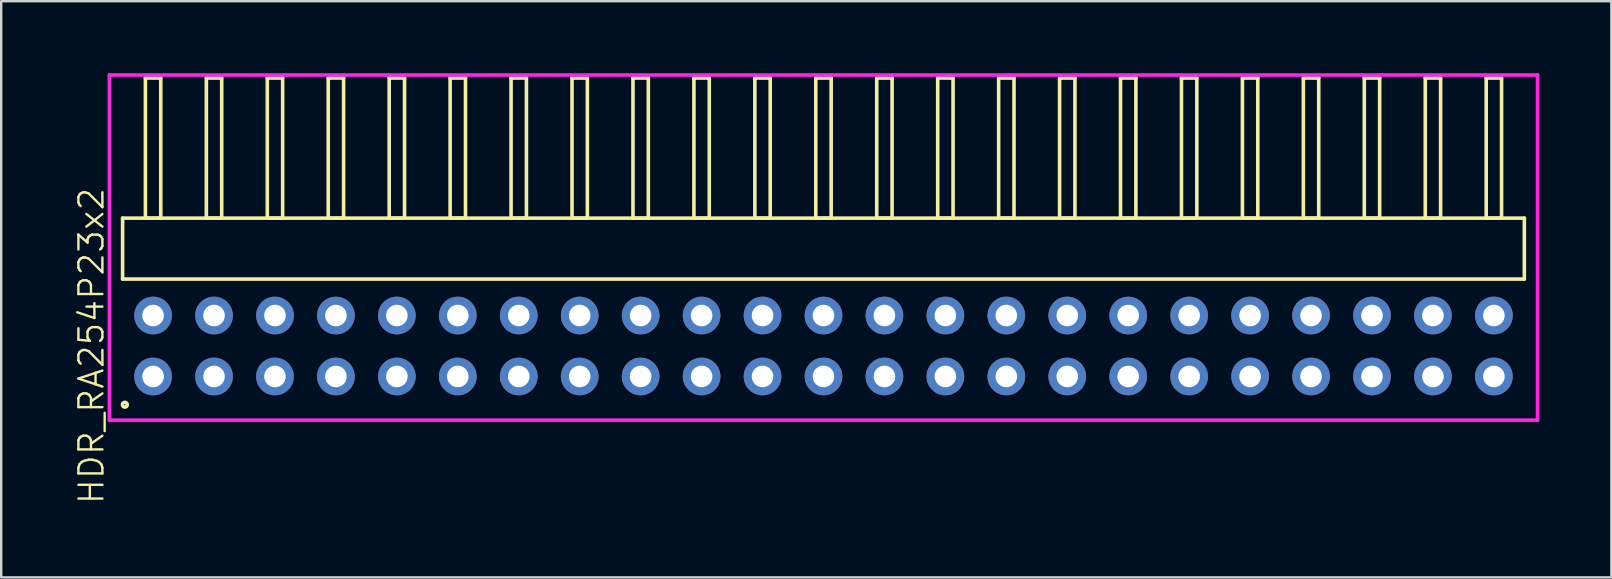
<source format=kicad_pcb>
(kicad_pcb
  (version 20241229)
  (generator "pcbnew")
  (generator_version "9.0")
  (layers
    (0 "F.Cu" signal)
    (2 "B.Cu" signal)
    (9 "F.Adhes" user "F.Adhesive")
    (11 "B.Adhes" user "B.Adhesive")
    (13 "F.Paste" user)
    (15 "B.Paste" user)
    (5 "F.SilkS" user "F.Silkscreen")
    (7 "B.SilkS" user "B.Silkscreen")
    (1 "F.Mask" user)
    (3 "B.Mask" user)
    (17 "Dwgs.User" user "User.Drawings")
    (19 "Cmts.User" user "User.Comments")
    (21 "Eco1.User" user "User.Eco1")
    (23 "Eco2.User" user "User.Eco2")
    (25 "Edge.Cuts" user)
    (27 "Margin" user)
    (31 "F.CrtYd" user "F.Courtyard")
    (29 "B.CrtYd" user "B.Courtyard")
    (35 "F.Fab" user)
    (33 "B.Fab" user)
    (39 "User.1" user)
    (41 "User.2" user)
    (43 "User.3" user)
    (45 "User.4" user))
  (footprint "HDR_RA254P23x2"
    (layer "F.Cu")
    (at 31.27 11.37)
    (property "Reference" "HDR_RA254P23x2" (at -30.51 0 90) (layer "F.SilkS") (effects (font (size 1 1) (thickness 0.1))))
    (attr through_hole)
    (fp_line (start -29.21 -5.33) (end -29.21 -2.79) (stroke (width 0.15) (type solid)) (layer "F.SilkS"))
    (fp_line (start -29.21 -2.79) (end 29.21 -2.79) (stroke (width 0.15) (type solid)) (layer "F.SilkS"))
    (fp_line (start -28.26 -11.17) (end -28.26 -5.33) (stroke (width 0.15) (type solid)) (layer "F.SilkS"))
    (fp_line (start -28.26 -5.33) (end -27.62 -5.33) (stroke (width 0.15) (type solid)) (layer "F.SilkS"))
    (fp_line (start -27.62 -11.17) (end -28.26 -11.17) (stroke (width 0.15) (type solid)) (layer "F.SilkS"))
    (fp_line (start -27.62 -5.33) (end -27.62 -11.17) (stroke (width 0.15) (type solid)) (layer "F.SilkS"))
    (fp_line (start -25.72 -11.17) (end -25.72 -5.33) (stroke (width 0.15) (type solid)) (layer "F.SilkS"))
    (fp_line (start -25.72 -5.33) (end -25.08 -5.33) (stroke (width 0.15) (type solid)) (layer "F.SilkS"))
    (fp_line (start -25.08 -11.17) (end -25.72 -11.17) (stroke (width 0.15) (type solid)) (layer "F.SilkS"))
    (fp_line (start -25.08 -5.33) (end -25.08 -11.17) (stroke (width 0.15) (type solid)) (layer "F.SilkS"))
    (fp_line (start -23.18 -11.17) (end -23.18 -5.33) (stroke (width 0.15) (type solid)) (layer "F.SilkS"))
    (fp_line (start -23.18 -5.33) (end -22.54 -5.33) (stroke (width 0.15) (type solid)) (layer "F.SilkS"))
    (fp_line (start -22.54 -11.17) (end -23.18 -11.17) (stroke (width 0.15) (type solid)) (layer "F.SilkS"))
    (fp_line (start -22.54 -5.33) (end -22.54 -11.17) (stroke (width 0.15) (type solid)) (layer "F.SilkS"))
    (fp_line (start -20.64 -11.17) (end -20.64 -5.33) (stroke (width 0.15) (type solid)) (layer "F.SilkS"))
    (fp_line (start -20.64 -5.33) (end -20 -5.33) (stroke (width 0.15) (type solid)) (layer "F.SilkS"))
    (fp_line (start -20 -11.17) (end -20.64 -11.17) (stroke (width 0.15) (type solid)) (layer "F.SilkS"))
    (fp_line (start -20 -5.33) (end -20 -11.17) (stroke (width 0.15) (type solid)) (layer "F.SilkS"))
    (fp_line (start -18.1 -11.17) (end -18.1 -5.33) (stroke (width 0.15) (type solid)) (layer "F.SilkS"))
    (fp_line (start -18.1 -5.33) (end -17.46 -5.33) (stroke (width 0.15) (type solid)) (layer "F.SilkS"))
    (fp_line (start -17.46 -11.17) (end -18.1 -11.17) (stroke (width 0.15) (type solid)) (layer "F.SilkS"))
    (fp_line (start -17.46 -5.33) (end -17.46 -11.17) (stroke (width 0.15) (type solid)) (layer "F.SilkS"))
    (fp_line (start -15.56 -11.17) (end -15.56 -5.33) (stroke (width 0.15) (type solid)) (layer "F.SilkS"))
    (fp_line (start -15.56 -5.33) (end -14.92 -5.33) (stroke (width 0.15) (type solid)) (layer "F.SilkS"))
    (fp_line (start -14.92 -11.17) (end -15.56 -11.17) (stroke (width 0.15) (type solid)) (layer "F.SilkS"))
    (fp_line (start -14.92 -5.33) (end -14.92 -11.17) (stroke (width 0.15) (type solid)) (layer "F.SilkS"))
    (fp_line (start -13.02 -11.17) (end -13.02 -5.33) (stroke (width 0.15) (type solid)) (layer "F.SilkS"))
    (fp_line (start -13.02 -5.33) (end -12.38 -5.33) (stroke (width 0.15) (type solid)) (layer "F.SilkS"))
    (fp_line (start -12.38 -11.17) (end -13.02 -11.17) (stroke (width 0.15) (type solid)) (layer "F.SilkS"))
    (fp_line (start -12.38 -5.33) (end -12.38 -11.17) (stroke (width 0.15) (type solid)) (layer "F.SilkS"))
    (fp_line (start -10.48 -11.17) (end -10.48 -5.33) (stroke (width 0.15) (type solid)) (layer "F.SilkS"))
    (fp_line (start -10.48 -5.33) (end -9.84 -5.33) (stroke (width 0.15) (type solid)) (layer "F.SilkS"))
    (fp_line (start -9.84 -11.17) (end -10.48 -11.17) (stroke (width 0.15) (type solid)) (layer "F.SilkS"))
    (fp_line (start -9.84 -5.33) (end -9.84 -11.17) (stroke (width 0.15) (type solid)) (layer "F.SilkS"))
    (fp_line (start -7.94 -11.17) (end -7.94 -5.33) (stroke (width 0.15) (type solid)) (layer "F.SilkS"))
    (fp_line (start -7.94 -5.33) (end -7.3 -5.33) (stroke (width 0.15) (type solid)) (layer "F.SilkS"))
    (fp_line (start -7.3 -11.17) (end -7.94 -11.17) (stroke (width 0.15) (type solid)) (layer "F.SilkS"))
    (fp_line (start -7.3 -5.33) (end -7.3 -11.17) (stroke (width 0.15) (type solid)) (layer "F.SilkS"))
    (fp_line (start -5.4 -11.17) (end -5.4 -5.33) (stroke (width 0.15) (type solid)) (layer "F.SilkS"))
    (fp_line (start -5.4 -5.33) (end -4.76 -5.33) (stroke (width 0.15) (type solid)) (layer "F.SilkS"))
    (fp_line (start -4.76 -11.17) (end -5.4 -11.17) (stroke (width 0.15) (type solid)) (layer "F.SilkS"))
    (fp_line (start -4.76 -5.33) (end -4.76 -11.17) (stroke (width 0.15) (type solid)) (layer "F.SilkS"))
    (fp_line (start -2.86 -11.17) (end -2.86 -5.33) (stroke (width 0.15) (type solid)) (layer "F.SilkS"))
    (fp_line (start -2.86 -5.33) (end -2.22 -5.33) (stroke (width 0.15) (type solid)) (layer "F.SilkS"))
    (fp_line (start -2.22 -11.17) (end -2.86 -11.17) (stroke (width 0.15) (type solid)) (layer "F.SilkS"))
    (fp_line (start -2.22 -5.33) (end -2.22 -11.17) (stroke (width 0.15) (type solid)) (layer "F.SilkS"))
    (fp_line (start -0.32 -11.17) (end -0.32 -5.33) (stroke (width 0.15) (type solid)) (layer "F.SilkS"))
    (fp_line (start -0.32 -5.33) (end 0.32 -5.33) (stroke (width 0.15) (type solid)) (layer "F.SilkS"))
    (fp_line (start 0.32 -11.17) (end -0.32 -11.17) (stroke (width 0.15) (type solid)) (layer "F.SilkS"))
    (fp_line (start 0.32 -5.33) (end 0.32 -11.17) (stroke (width 0.15) (type solid)) (layer "F.SilkS"))
    (fp_line (start 2.22 -11.17) (end 2.22 -5.33) (stroke (width 0.15) (type solid)) (layer "F.SilkS"))
    (fp_line (start 2.22 -5.33) (end 2.86 -5.33) (stroke (width 0.15) (type solid)) (layer "F.SilkS"))
    (fp_line (start 2.86 -11.17) (end 2.22 -11.17) (stroke (width 0.15) (type solid)) (layer "F.SilkS"))
    (fp_line (start 2.86 -5.33) (end 2.86 -11.17) (stroke (width 0.15) (type solid)) (layer "F.SilkS"))
    (fp_line (start 4.76 -11.17) (end 4.76 -5.33) (stroke (width 0.15) (type solid)) (layer "F.SilkS"))
    (fp_line (start 4.76 -5.33) (end 5.4 -5.33) (stroke (width 0.15) (type solid)) (layer "F.SilkS"))
    (fp_line (start 5.4 -11.17) (end 4.76 -11.17) (stroke (width 0.15) (type solid)) (layer "F.SilkS"))
    (fp_line (start 5.4 -5.33) (end 5.4 -11.17) (stroke (width 0.15) (type solid)) (layer "F.SilkS"))
    (fp_line (start 7.3 -11.17) (end 7.3 -5.33) (stroke (width 0.15) (type solid)) (layer "F.SilkS"))
    (fp_line (start 7.3 -5.33) (end 7.94 -5.33) (stroke (width 0.15) (type solid)) (layer "F.SilkS"))
    (fp_line (start 7.94 -11.17) (end 7.3 -11.17) (stroke (width 0.15) (type solid)) (layer "F.SilkS"))
    (fp_line (start 7.94 -5.33) (end 7.94 -11.17) (stroke (width 0.15) (type solid)) (layer "F.SilkS"))
    (fp_line (start 9.84 -11.17) (end 9.84 -5.33) (stroke (width 0.15) (type solid)) (layer "F.SilkS"))
    (fp_line (start 9.84 -5.33) (end 10.48 -5.33) (stroke (width 0.15) (type solid)) (layer "F.SilkS"))
    (fp_line (start 10.48 -11.17) (end 9.84 -11.17) (stroke (width 0.15) (type solid)) (layer "F.SilkS"))
    (fp_line (start 10.48 -5.33) (end 10.48 -11.17) (stroke (width 0.15) (type solid)) (layer "F.SilkS"))
    (fp_line (start 12.38 -11.17) (end 12.38 -5.33) (stroke (width 0.15) (type solid)) (layer "F.SilkS"))
    (fp_line (start 12.38 -5.33) (end 13.02 -5.33) (stroke (width 0.15) (type solid)) (layer "F.SilkS"))
    (fp_line (start 13.02 -11.17) (end 12.38 -11.17) (stroke (width 0.15) (type solid)) (layer "F.SilkS"))
    (fp_line (start 13.02 -5.33) (end 13.02 -11.17) (stroke (width 0.15) (type solid)) (layer "F.SilkS"))
    (fp_line (start 14.92 -11.17) (end 14.92 -5.33) (stroke (width 0.15) (type solid)) (layer "F.SilkS"))
    (fp_line (start 14.92 -5.33) (end 15.56 -5.33) (stroke (width 0.15) (type solid)) (layer "F.SilkS"))
    (fp_line (start 15.56 -11.17) (end 14.92 -11.17) (stroke (width 0.15) (type solid)) (layer "F.SilkS"))
    (fp_line (start 15.56 -5.33) (end 15.56 -11.17) (stroke (width 0.15) (type solid)) (layer "F.SilkS"))
    (fp_line (start 17.46 -11.17) (end 17.46 -5.33) (stroke (width 0.15) (type solid)) (layer "F.SilkS"))
    (fp_line (start 17.46 -5.33) (end 18.1 -5.33) (stroke (width 0.15) (type solid)) (layer "F.SilkS"))
    (fp_line (start 18.1 -11.17) (end 17.46 -11.17) (stroke (width 0.15) (type solid)) (layer "F.SilkS"))
    (fp_line (start 18.1 -5.33) (end 18.1 -11.17) (stroke (width 0.15) (type solid)) (layer "F.SilkS"))
    (fp_line (start 20 -11.17) (end 20 -5.33) (stroke (width 0.15) (type solid)) (layer "F.SilkS"))
    (fp_line (start 20 -5.33) (end 20.64 -5.33) (stroke (width 0.15) (type solid)) (layer "F.SilkS"))
    (fp_line (start 20.64 -11.17) (end 20 -11.17) (stroke (width 0.15) (type solid)) (layer "F.SilkS"))
    (fp_line (start 20.64 -5.33) (end 20.64 -11.17) (stroke (width 0.15) (type solid)) (layer "F.SilkS"))
    (fp_line (start 22.54 -11.17) (end 22.54 -5.33) (stroke (width 0.15) (type solid)) (layer "F.SilkS"))
    (fp_line (start 22.54 -5.33) (end 23.18 -5.33) (stroke (width 0.15) (type solid)) (layer "F.SilkS"))
    (fp_line (start 23.18 -11.17) (end 22.54 -11.17) (stroke (width 0.15) (type solid)) (layer "F.SilkS"))
    (fp_line (start 23.18 -5.33) (end 23.18 -11.17) (stroke (width 0.15) (type solid)) (layer "F.SilkS"))
    (fp_line (start 25.08 -11.17) (end 25.08 -5.33) (stroke (width 0.15) (type solid)) (layer "F.SilkS"))
    (fp_line (start 25.08 -5.33) (end 25.72 -5.33) (stroke (width 0.15) (type solid)) (layer "F.SilkS"))
    (fp_line (start 25.72 -11.17) (end 25.08 -11.17) (stroke (width 0.15) (type solid)) (layer "F.SilkS"))
    (fp_line (start 25.72 -5.33) (end 25.72 -11.17) (stroke (width 0.15) (type solid)) (layer "F.SilkS"))
    (fp_line (start 27.62 -11.17) (end 27.62 -5.33) (stroke (width 0.15) (type solid)) (layer "F.SilkS"))
    (fp_line (start 27.62 -5.33) (end 28.26 -5.33) (stroke (width 0.15) (type solid)) (layer "F.SilkS"))
    (fp_line (start 28.26 -11.17) (end 27.62 -11.17) (stroke (width 0.15) (type solid)) (layer "F.SilkS"))
    (fp_line (start 28.26 -5.33) (end 28.26 -11.17) (stroke (width 0.15) (type solid)) (layer "F.SilkS"))
    (fp_line (start 29.21 -5.33) (end -29.21 -5.33) (stroke (width 0.15) (type solid)) (layer "F.SilkS"))
    (fp_line (start 29.21 -2.79) (end 29.21 -5.33) (stroke (width 0.15) (type solid)) (layer "F.SilkS"))
    (fp_circle (center -29.117 2.448) (end -29.017 2.448) (stroke (width 0.15) (type solid)) (fill no) (layer "F.SilkS"))
    (fp_line (start -29.76 -11.295) (end -29.76 3.09) (stroke (width 0.15) (type solid)) (layer "F.CrtYd"))
    (fp_line (start -29.76 3.09) (end 29.76 3.09) (stroke (width 0.15) (type solid)) (layer "F.CrtYd"))
    (fp_line (start 29.76 -11.295) (end -29.76 -11.295) (stroke (width 0.15) (type solid)) (layer "F.CrtYd"))
    (fp_line (start 29.76 3.09) (end 29.76 -11.295) (stroke (width 0.15) (type solid)) (layer "F.CrtYd"))
    (pad "1" thru_hole oval (at -27.94 1.27) (size 1.57 1.57) (drill 0.9) (layers "*.Cu" "*.Mask"))
    (pad "2" thru_hole oval (at -27.94 -1.27) (size 1.57 1.57) (drill 0.9) (layers "*.Cu" "*.Mask"))
    (pad "3" thru_hole oval (at -25.4 1.27) (size 1.57 1.57) (drill 0.9) (layers "*.Cu" "*.Mask"))
    (pad "4" thru_hole oval (at -25.4 -1.27) (size 1.57 1.57) (drill 0.9) (layers "*.Cu" "*.Mask"))
    (pad "5" thru_hole oval (at -22.86 1.27) (size 1.57 1.57) (drill 0.9) (layers "*.Cu" "*.Mask"))
    (pad "6" thru_hole oval (at -22.86 -1.27) (size 1.57 1.57) (drill 0.9) (layers "*.Cu" "*.Mask"))
    (pad "7" thru_hole oval (at -20.32 1.27) (size 1.57 1.57) (drill 0.9) (layers "*.Cu" "*.Mask"))
    (pad "8" thru_hole oval (at -20.32 -1.27) (size 1.57 1.57) (drill 0.9) (layers "*.Cu" "*.Mask"))
    (pad "9" thru_hole oval (at -17.78 1.27) (size 1.57 1.57) (drill 0.9) (layers "*.Cu" "*.Mask"))
    (pad "10" thru_hole oval (at -17.78 -1.27) (size 1.57 1.57) (drill 0.9) (layers "*.Cu" "*.Mask"))
    (pad "11" thru_hole oval (at -15.24 1.27) (size 1.57 1.57) (drill 0.9) (layers "*.Cu" "*.Mask"))
    (pad "12" thru_hole oval (at -15.24 -1.27) (size 1.57 1.57) (drill 0.9) (layers "*.Cu" "*.Mask"))
    (pad "13" thru_hole oval (at -12.7 1.27) (size 1.57 1.57) (drill 0.9) (layers "*.Cu" "*.Mask"))
    (pad "14" thru_hole oval (at -12.7 -1.27) (size 1.57 1.57) (drill 0.9) (layers "*.Cu" "*.Mask"))
    (pad "15" thru_hole oval (at -10.16 1.27) (size 1.57 1.57) (drill 0.9) (layers "*.Cu" "*.Mask"))
    (pad "16" thru_hole oval (at -10.16 -1.27) (size 1.57 1.57) (drill 0.9) (layers "*.Cu" "*.Mask"))
    (pad "17" thru_hole oval (at -7.62 1.27) (size 1.57 1.57) (drill 0.9) (layers "*.Cu" "*.Mask"))
    (pad "18" thru_hole oval (at -7.62 -1.27) (size 1.57 1.57) (drill 0.9) (layers "*.Cu" "*.Mask"))
    (pad "19" thru_hole oval (at -5.08 1.27) (size 1.57 1.57) (drill 0.9) (layers "*.Cu" "*.Mask"))
    (pad "20" thru_hole oval (at -5.08 -1.27) (size 1.57 1.57) (drill 0.9) (layers "*.Cu" "*.Mask"))
    (pad "21" thru_hole oval (at -2.54 1.27) (size 1.57 1.57) (drill 0.9) (layers "*.Cu" "*.Mask"))
    (pad "22" thru_hole oval (at -2.54 -1.27) (size 1.57 1.57) (drill 0.9) (layers "*.Cu" "*.Mask"))
    (pad "23" thru_hole oval (at 0 1.27) (size 1.57 1.57) (drill 0.9) (layers "*.Cu" "*.Mask"))
    (pad "24" thru_hole oval (at 0 -1.27) (size 1.57 1.57) (drill 0.9) (layers "*.Cu" "*.Mask"))
    (pad "25" thru_hole oval (at 2.54 1.27) (size 1.57 1.57) (drill 0.9) (layers "*.Cu" "*.Mask"))
    (pad "26" thru_hole oval (at 2.54 -1.27) (size 1.57 1.57) (drill 0.9) (layers "*.Cu" "*.Mask"))
    (pad "27" thru_hole oval (at 5.08 1.27) (size 1.57 1.57) (drill 0.9) (layers "*.Cu" "*.Mask"))
    (pad "28" thru_hole oval (at 5.08 -1.27) (size 1.57 1.57) (drill 0.9) (layers "*.Cu" "*.Mask"))
    (pad "29" thru_hole oval (at 7.62 1.27) (size 1.57 1.57) (drill 0.9) (layers "*.Cu" "*.Mask"))
    (pad "30" thru_hole oval (at 7.62 -1.27) (size 1.57 1.57) (drill 0.9) (layers "*.Cu" "*.Mask"))
    (pad "31" thru_hole oval (at 10.16 1.27) (size 1.57 1.57) (drill 0.9) (layers "*.Cu" "*.Mask"))
    (pad "32" thru_hole oval (at 10.16 -1.27) (size 1.57 1.57) (drill 0.9) (layers "*.Cu" "*.Mask"))
    (pad "33" thru_hole oval (at 12.7 1.27) (size 1.57 1.57) (drill 0.9) (layers "*.Cu" "*.Mask"))
    (pad "34" thru_hole oval (at 12.7 -1.27) (size 1.57 1.57) (drill 0.9) (layers "*.Cu" "*.Mask"))
    (pad "35" thru_hole oval (at 15.24 1.27) (size 1.57 1.57) (drill 0.9) (layers "*.Cu" "*.Mask"))
    (pad "36" thru_hole oval (at 15.24 -1.27) (size 1.57 1.57) (drill 0.9) (layers "*.Cu" "*.Mask"))
    (pad "37" thru_hole oval (at 17.78 1.27) (size 1.57 1.57) (drill 0.9) (layers "*.Cu" "*.Mask"))
    (pad "38" thru_hole oval (at 17.78 -1.27) (size 1.57 1.57) (drill 0.9) (layers "*.Cu" "*.Mask"))
    (pad "39" thru_hole oval (at 20.32 1.27) (size 1.57 1.57) (drill 0.9) (layers "*.Cu" "*.Mask"))
    (pad "40" thru_hole oval (at 20.32 -1.27) (size 1.57 1.57) (drill 0.9) (layers "*.Cu" "*.Mask"))
    (pad "41" thru_hole oval (at 22.86 1.27) (size 1.57 1.57) (drill 0.9) (layers "*.Cu" "*.Mask"))
    (pad "42" thru_hole oval (at 22.86 -1.27) (size 1.57 1.57) (drill 0.9) (layers "*.Cu" "*.Mask"))
    (pad "43" thru_hole oval (at 25.4 1.27) (size 1.57 1.57) (drill 0.9) (layers "*.Cu" "*.Mask"))
    (pad "44" thru_hole oval (at 25.4 -1.27) (size 1.57 1.57) (drill 0.9) (layers "*.Cu" "*.Mask"))
    (pad "45" thru_hole oval (at 27.94 1.27) (size 1.57 1.57) (drill 0.9) (layers "*.Cu" "*.Mask"))
    (pad "46" thru_hole oval (at 27.94 -1.27) (size 1.57 1.57) (drill 0.9) (layers "*.Cu" "*.Mask")))
  (gr_rect
    (start -3 -3)
    (end 64.106 21.015)
    (stroke (width 0.1) (type default))
    (fill no)
    (layer "Edge.Cuts")))
</source>
